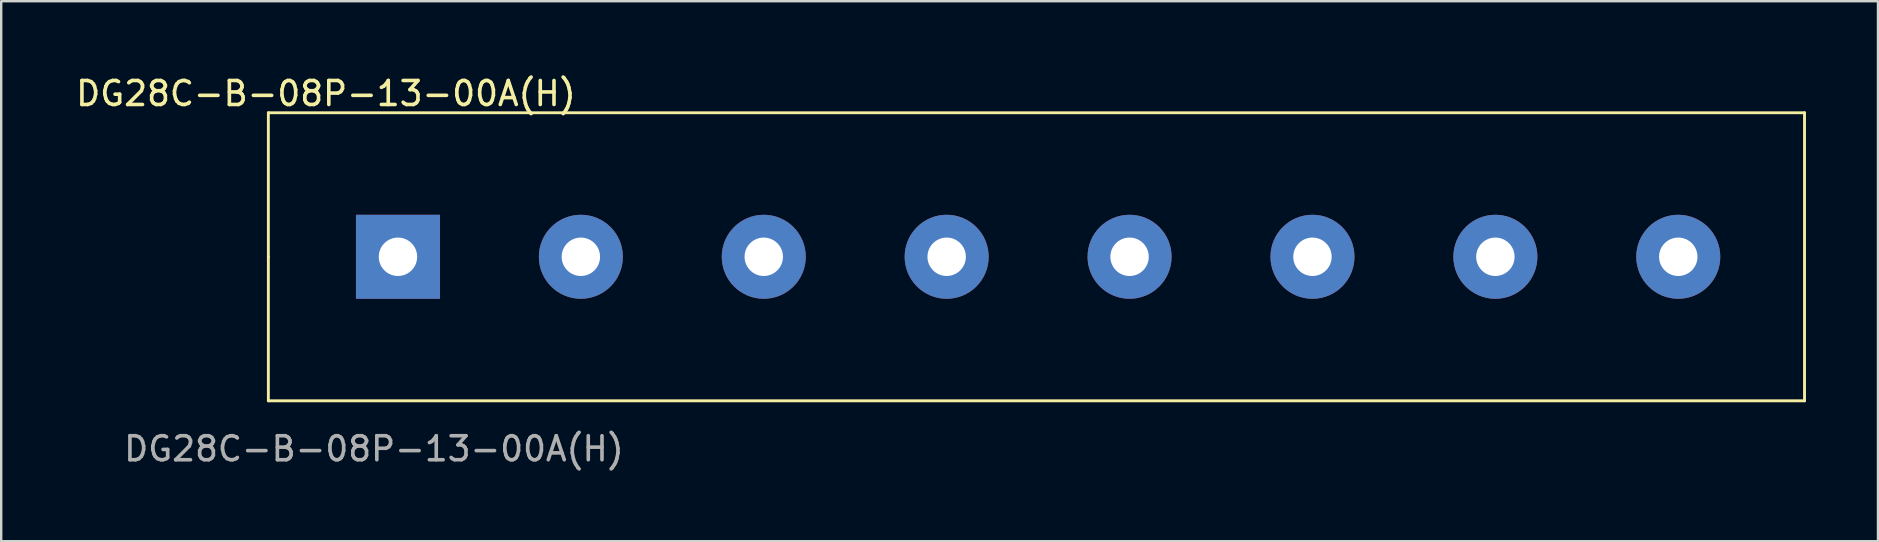
<source format=kicad_pcb>
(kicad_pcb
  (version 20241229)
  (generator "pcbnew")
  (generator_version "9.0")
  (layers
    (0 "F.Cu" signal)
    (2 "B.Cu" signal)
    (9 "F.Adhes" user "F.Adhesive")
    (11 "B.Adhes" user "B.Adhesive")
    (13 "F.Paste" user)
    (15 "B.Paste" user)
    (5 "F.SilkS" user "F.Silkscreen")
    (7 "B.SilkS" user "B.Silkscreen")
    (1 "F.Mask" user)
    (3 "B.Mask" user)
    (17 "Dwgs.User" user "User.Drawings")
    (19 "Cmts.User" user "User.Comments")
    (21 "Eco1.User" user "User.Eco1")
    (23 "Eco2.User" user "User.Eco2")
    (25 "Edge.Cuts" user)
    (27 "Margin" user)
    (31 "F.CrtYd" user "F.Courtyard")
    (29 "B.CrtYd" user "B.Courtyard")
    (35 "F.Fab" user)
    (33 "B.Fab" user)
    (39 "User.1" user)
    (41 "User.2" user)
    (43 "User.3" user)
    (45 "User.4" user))
  (footprint "DG28C-B-08P-13-00A(H)"
    (layer "F.Cu")
    (at 13.53 7.648)
    (property "Reference" "DG28C-B-08P-13-00A(H)" (at -3 -6.8 0) (unlocked yes) (layer "F.SilkS") (effects (font (size 1 1) (thickness 0.15))))
    (attr through_hole)
    (fp_line (start -5.4 -6) (end 58.6 -6) (stroke (width 0.12) (type default)) (layer "F.SilkS"))
    (fp_line (start -5.4 0) (end -5.4 -6) (stroke (width 0.12) (type default)) (layer "F.SilkS"))
    (fp_line (start -5.4 6) (end -5.4 0) (stroke (width 0.12) (type default)) (layer "F.SilkS"))
    (fp_line (start 58.6 -6) (end 58.6 6) (stroke (width 0.12) (type default)) (layer "F.SilkS"))
    (fp_line (start 58.6 6) (end -5.4 6) (stroke (width 0.12) (type default)) (layer "F.SilkS"))
    (fp_text user "${REFERENCE}" (at -1 8 0) (unlocked yes) (layer "F.Fab") (effects (font (size 1 1) (thickness 0.15))))
    (pad "1" thru_hole rect (at 0 0) (size 3.5 3.5) (drill 1.6) (layers "*.Cu" "*.Mask"))
    (pad "2" thru_hole circle (at 7.62 0) (size 3.5 3.5) (drill 1.6) (layers "*.Cu" "*.Mask"))
    (pad "3" thru_hole circle (at 15.24 0) (size 3.5 3.5) (drill 1.6) (layers "*.Cu" "*.Mask"))
    (pad "4" thru_hole circle (at 22.86 0) (size 3.5 3.5) (drill 1.6) (layers "*.Cu" "*.Mask"))
    (pad "5" thru_hole circle (at 30.48 0) (size 3.5 3.5) (drill 1.6) (layers "*.Cu" "*.Mask"))
    (pad "6" thru_hole circle (at 38.1 0) (size 3.5 3.5) (drill 1.6) (layers "*.Cu" "*.Mask"))
    (pad "7" thru_hole circle (at 45.72 0) (size 3.5 3.5) (drill 1.6) (layers "*.Cu" "*.Mask"))
    (pad "8" thru_hole circle (at 53.34 0) (size 3.5 3.5) (drill 1.6) (layers "*.Cu" "*.Mask")))
  (gr_rect
    (start -3 -3)
    (end 75.19 19.497)
    (stroke (width 0.1) (type default))
    (fill no)
    (layer "Edge.Cuts")))
</source>
